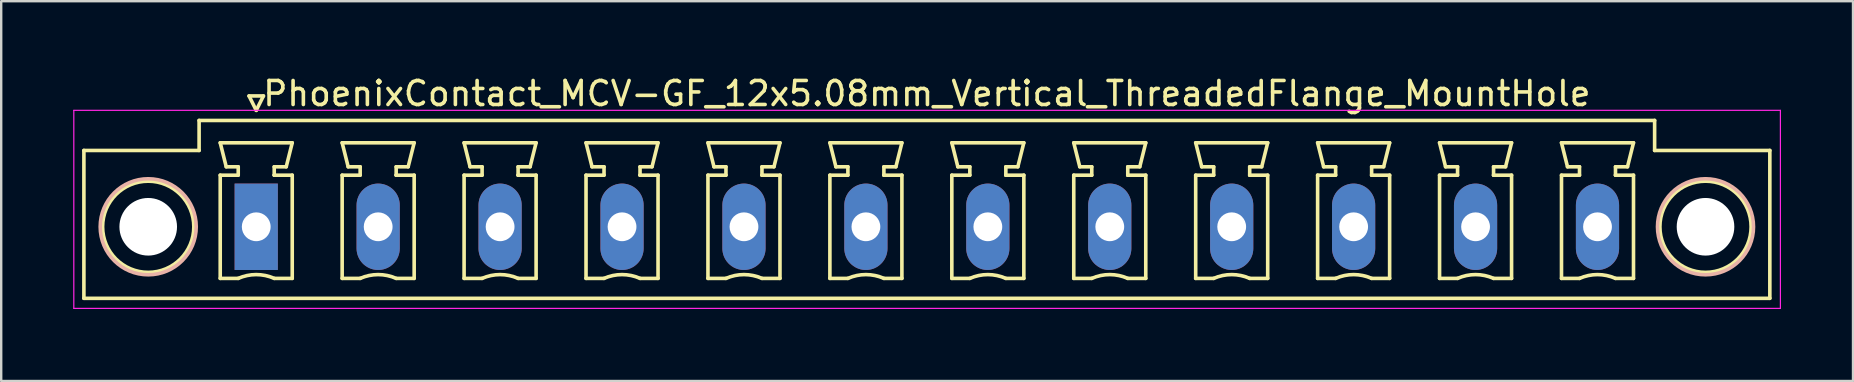
<source format=kicad_pcb>
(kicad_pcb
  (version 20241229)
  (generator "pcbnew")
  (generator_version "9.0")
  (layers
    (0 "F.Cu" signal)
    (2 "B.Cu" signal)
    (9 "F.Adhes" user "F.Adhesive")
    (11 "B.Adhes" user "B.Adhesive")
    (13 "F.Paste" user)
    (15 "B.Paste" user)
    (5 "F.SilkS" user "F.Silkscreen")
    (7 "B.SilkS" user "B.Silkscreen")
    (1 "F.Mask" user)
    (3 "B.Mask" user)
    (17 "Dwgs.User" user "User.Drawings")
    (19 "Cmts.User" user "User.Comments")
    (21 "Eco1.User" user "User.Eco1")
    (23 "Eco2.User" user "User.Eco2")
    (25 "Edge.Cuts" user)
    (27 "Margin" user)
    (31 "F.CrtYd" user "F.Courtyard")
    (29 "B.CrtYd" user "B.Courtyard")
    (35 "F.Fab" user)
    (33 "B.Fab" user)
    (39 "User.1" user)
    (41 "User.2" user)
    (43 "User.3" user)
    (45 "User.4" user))
  (footprint "PhoenixContact_MCV-GF_12x5.08mm_Vertical_ThreadedFlange_MountHole"
    (layer "F.Cu")
    (at 7.625 6.398)
    (property "Reference" "PhoenixContact_MCV-GF_12x5.08mm_Vertical_ThreadedFlange_MountHole" (at 27.94 -5.55 0) (layer "F.SilkS") (effects (font (size 1 1) (thickness 0.15))))
    (attr through_hole)
    (fp_line (start -7.18 -3.18) (end -7.18 2.98) (stroke (width 0.15) (type solid)) (layer "F.SilkS"))
    (fp_line (start -7.18 2.98) (end 63.06 2.98) (stroke (width 0.15) (type solid)) (layer "F.SilkS"))
    (fp_line (start -2.38 -4.43) (end -2.38 -3.18) (stroke (width 0.15) (type solid)) (layer "F.SilkS"))
    (fp_line (start -2.38 -3.18) (end -7.18 -3.18) (stroke (width 0.15) (type solid)) (layer "F.SilkS"))
    (fp_line (start -1.5 -3.5) (end 1.5 -3.5) (stroke (width 0.15) (type solid)) (layer "F.SilkS"))
    (fp_line (start -1.5 -2.15) (end -0.75 -2.15) (stroke (width 0.15) (type solid)) (layer "F.SilkS"))
    (fp_line (start -1.5 2.15) (end -1.5 -2.15) (stroke (width 0.15) (type solid)) (layer "F.SilkS"))
    (fp_line (start -1.25 -2.5) (end -1.5 -3.5) (stroke (width 0.15) (type solid)) (layer "F.SilkS"))
    (fp_line (start -0.75 -2.5) (end -1.25 -2.5) (stroke (width 0.15) (type solid)) (layer "F.SilkS"))
    (fp_line (start -0.75 -2.15) (end -0.75 -2.5) (stroke (width 0.15) (type solid)) (layer "F.SilkS"))
    (fp_line (start -0.75 2.15) (end -1.5 2.15) (stroke (width 0.15) (type solid)) (layer "F.SilkS"))
    (fp_line (start -0.3 -5.45) (end 0 -4.85) (stroke (width 0.15) (type solid)) (layer "F.SilkS"))
    (fp_line (start 0 -4.85) (end 0.3 -5.45) (stroke (width 0.15) (type solid)) (layer "F.SilkS"))
    (fp_line (start 0.3 -5.45) (end -0.3 -5.45) (stroke (width 0.15) (type solid)) (layer "F.SilkS"))
    (fp_line (start 0.75 -2.5) (end 0.75 -2.15) (stroke (width 0.15) (type solid)) (layer "F.SilkS"))
    (fp_line (start 0.75 -2.15) (end 0.75 -2.15) (stroke (width 0.15) (type solid)) (layer "F.SilkS"))
    (fp_line (start 0.75 -2.15) (end 1.5 -2.15) (stroke (width 0.15) (type solid)) (layer "F.SilkS"))
    (fp_line (start 1.25 -2.5) (end 0.75 -2.5) (stroke (width 0.15) (type solid)) (layer "F.SilkS"))
    (fp_line (start 1.5 -3.5) (end 1.25 -2.5) (stroke (width 0.15) (type solid)) (layer "F.SilkS"))
    (fp_line (start 1.5 -2.15) (end 1.5 2.15) (stroke (width 0.15) (type solid)) (layer "F.SilkS"))
    (fp_line (start 1.5 2.15) (end 0.75 2.15) (stroke (width 0.15) (type solid)) (layer "F.SilkS"))
    (fp_line (start 3.58 -3.5) (end 6.58 -3.5) (stroke (width 0.15) (type solid)) (layer "F.SilkS"))
    (fp_line (start 3.58 -2.15) (end 4.33 -2.15) (stroke (width 0.15) (type solid)) (layer "F.SilkS"))
    (fp_line (start 3.58 2.15) (end 3.58 -2.15) (stroke (width 0.15) (type solid)) (layer "F.SilkS"))
    (fp_line (start 3.83 -2.5) (end 3.58 -3.5) (stroke (width 0.15) (type solid)) (layer "F.SilkS"))
    (fp_line (start 4.33 -2.5) (end 3.83 -2.5) (stroke (width 0.15) (type solid)) (layer "F.SilkS"))
    (fp_line (start 4.33 -2.15) (end 4.33 -2.5) (stroke (width 0.15) (type solid)) (layer "F.SilkS"))
    (fp_line (start 4.33 2.15) (end 3.58 2.15) (stroke (width 0.15) (type solid)) (layer "F.SilkS"))
    (fp_line (start 5.83 -2.5) (end 5.83 -2.15) (stroke (width 0.15) (type solid)) (layer "F.SilkS"))
    (fp_line (start 5.83 -2.15) (end 5.83 -2.15) (stroke (width 0.15) (type solid)) (layer "F.SilkS"))
    (fp_line (start 5.83 -2.15) (end 6.58 -2.15) (stroke (width 0.15) (type solid)) (layer "F.SilkS"))
    (fp_line (start 6.33 -2.5) (end 5.83 -2.5) (stroke (width 0.15) (type solid)) (layer "F.SilkS"))
    (fp_line (start 6.58 -3.5) (end 6.33 -2.5) (stroke (width 0.15) (type solid)) (layer "F.SilkS"))
    (fp_line (start 6.58 -2.15) (end 6.58 2.15) (stroke (width 0.15) (type solid)) (layer "F.SilkS"))
    (fp_line (start 6.58 2.15) (end 5.83 2.15) (stroke (width 0.15) (type solid)) (layer "F.SilkS"))
    (fp_line (start 8.66 -3.5) (end 11.66 -3.5) (stroke (width 0.15) (type solid)) (layer "F.SilkS"))
    (fp_line (start 8.66 -2.15) (end 9.41 -2.15) (stroke (width 0.15) (type solid)) (layer "F.SilkS"))
    (fp_line (start 8.66 2.15) (end 8.66 -2.15) (stroke (width 0.15) (type solid)) (layer "F.SilkS"))
    (fp_line (start 8.91 -2.5) (end 8.66 -3.5) (stroke (width 0.15) (type solid)) (layer "F.SilkS"))
    (fp_line (start 9.41 -2.5) (end 8.91 -2.5) (stroke (width 0.15) (type solid)) (layer "F.SilkS"))
    (fp_line (start 9.41 -2.15) (end 9.41 -2.5) (stroke (width 0.15) (type solid)) (layer "F.SilkS"))
    (fp_line (start 9.41 2.15) (end 8.66 2.15) (stroke (width 0.15) (type solid)) (layer "F.SilkS"))
    (fp_line (start 10.91 -2.5) (end 10.91 -2.15) (stroke (width 0.15) (type solid)) (layer "F.SilkS"))
    (fp_line (start 10.91 -2.15) (end 10.91 -2.15) (stroke (width 0.15) (type solid)) (layer "F.SilkS"))
    (fp_line (start 10.91 -2.15) (end 11.66 -2.15) (stroke (width 0.15) (type solid)) (layer "F.SilkS"))
    (fp_line (start 11.41 -2.5) (end 10.91 -2.5) (stroke (width 0.15) (type solid)) (layer "F.SilkS"))
    (fp_line (start 11.66 -3.5) (end 11.41 -2.5) (stroke (width 0.15) (type solid)) (layer "F.SilkS"))
    (fp_line (start 11.66 -2.15) (end 11.66 2.15) (stroke (width 0.15) (type solid)) (layer "F.SilkS"))
    (fp_line (start 11.66 2.15) (end 10.91 2.15) (stroke (width 0.15) (type solid)) (layer "F.SilkS"))
    (fp_line (start 13.74 -3.5) (end 16.74 -3.5) (stroke (width 0.15) (type solid)) (layer "F.SilkS"))
    (fp_line (start 13.74 -2.15) (end 14.49 -2.15) (stroke (width 0.15) (type solid)) (layer "F.SilkS"))
    (fp_line (start 13.74 2.15) (end 13.74 -2.15) (stroke (width 0.15) (type solid)) (layer "F.SilkS"))
    (fp_line (start 13.99 -2.5) (end 13.74 -3.5) (stroke (width 0.15) (type solid)) (layer "F.SilkS"))
    (fp_line (start 14.49 -2.5) (end 13.99 -2.5) (stroke (width 0.15) (type solid)) (layer "F.SilkS"))
    (fp_line (start 14.49 -2.15) (end 14.49 -2.5) (stroke (width 0.15) (type solid)) (layer "F.SilkS"))
    (fp_line (start 14.49 2.15) (end 13.74 2.15) (stroke (width 0.15) (type solid)) (layer "F.SilkS"))
    (fp_line (start 15.99 -2.5) (end 15.99 -2.15) (stroke (width 0.15) (type solid)) (layer "F.SilkS"))
    (fp_line (start 15.99 -2.15) (end 15.99 -2.15) (stroke (width 0.15) (type solid)) (layer "F.SilkS"))
    (fp_line (start 15.99 -2.15) (end 16.74 -2.15) (stroke (width 0.15) (type solid)) (layer "F.SilkS"))
    (fp_line (start 16.49 -2.5) (end 15.99 -2.5) (stroke (width 0.15) (type solid)) (layer "F.SilkS"))
    (fp_line (start 16.74 -3.5) (end 16.49 -2.5) (stroke (width 0.15) (type solid)) (layer "F.SilkS"))
    (fp_line (start 16.74 -2.15) (end 16.74 2.15) (stroke (width 0.15) (type solid)) (layer "F.SilkS"))
    (fp_line (start 16.74 2.15) (end 15.99 2.15) (stroke (width 0.15) (type solid)) (layer "F.SilkS"))
    (fp_line (start 18.82 -3.5) (end 21.82 -3.5) (stroke (width 0.15) (type solid)) (layer "F.SilkS"))
    (fp_line (start 18.82 -2.15) (end 19.57 -2.15) (stroke (width 0.15) (type solid)) (layer "F.SilkS"))
    (fp_line (start 18.82 2.15) (end 18.82 -2.15) (stroke (width 0.15) (type solid)) (layer "F.SilkS"))
    (fp_line (start 19.07 -2.5) (end 18.82 -3.5) (stroke (width 0.15) (type solid)) (layer "F.SilkS"))
    (fp_line (start 19.57 -2.5) (end 19.07 -2.5) (stroke (width 0.15) (type solid)) (layer "F.SilkS"))
    (fp_line (start 19.57 -2.15) (end 19.57 -2.5) (stroke (width 0.15) (type solid)) (layer "F.SilkS"))
    (fp_line (start 19.57 2.15) (end 18.82 2.15) (stroke (width 0.15) (type solid)) (layer "F.SilkS"))
    (fp_line (start 21.07 -2.5) (end 21.07 -2.15) (stroke (width 0.15) (type solid)) (layer "F.SilkS"))
    (fp_line (start 21.07 -2.15) (end 21.07 -2.15) (stroke (width 0.15) (type solid)) (layer "F.SilkS"))
    (fp_line (start 21.07 -2.15) (end 21.82 -2.15) (stroke (width 0.15) (type solid)) (layer "F.SilkS"))
    (fp_line (start 21.57 -2.5) (end 21.07 -2.5) (stroke (width 0.15) (type solid)) (layer "F.SilkS"))
    (fp_line (start 21.82 -3.5) (end 21.57 -2.5) (stroke (width 0.15) (type solid)) (layer "F.SilkS"))
    (fp_line (start 21.82 -2.15) (end 21.82 2.15) (stroke (width 0.15) (type solid)) (layer "F.SilkS"))
    (fp_line (start 21.82 2.15) (end 21.07 2.15) (stroke (width 0.15) (type solid)) (layer "F.SilkS"))
    (fp_line (start 23.9 -3.5) (end 26.9 -3.5) (stroke (width 0.15) (type solid)) (layer "F.SilkS"))
    (fp_line (start 23.9 -2.15) (end 24.65 -2.15) (stroke (width 0.15) (type solid)) (layer "F.SilkS"))
    (fp_line (start 23.9 2.15) (end 23.9 -2.15) (stroke (width 0.15) (type solid)) (layer "F.SilkS"))
    (fp_line (start 24.15 -2.5) (end 23.9 -3.5) (stroke (width 0.15) (type solid)) (layer "F.SilkS"))
    (fp_line (start 24.65 -2.5) (end 24.15 -2.5) (stroke (width 0.15) (type solid)) (layer "F.SilkS"))
    (fp_line (start 24.65 -2.15) (end 24.65 -2.5) (stroke (width 0.15) (type solid)) (layer "F.SilkS"))
    (fp_line (start 24.65 2.15) (end 23.9 2.15) (stroke (width 0.15) (type solid)) (layer "F.SilkS"))
    (fp_line (start 26.15 -2.5) (end 26.15 -2.15) (stroke (width 0.15) (type solid)) (layer "F.SilkS"))
    (fp_line (start 26.15 -2.15) (end 26.15 -2.15) (stroke (width 0.15) (type solid)) (layer "F.SilkS"))
    (fp_line (start 26.15 -2.15) (end 26.9 -2.15) (stroke (width 0.15) (type solid)) (layer "F.SilkS"))
    (fp_line (start 26.65 -2.5) (end 26.15 -2.5) (stroke (width 0.15) (type solid)) (layer "F.SilkS"))
    (fp_line (start 26.9 -3.5) (end 26.65 -2.5) (stroke (width 0.15) (type solid)) (layer "F.SilkS"))
    (fp_line (start 26.9 -2.15) (end 26.9 2.15) (stroke (width 0.15) (type solid)) (layer "F.SilkS"))
    (fp_line (start 26.9 2.15) (end 26.15 2.15) (stroke (width 0.15) (type solid)) (layer "F.SilkS"))
    (fp_line (start 28.98 -3.5) (end 31.98 -3.5) (stroke (width 0.15) (type solid)) (layer "F.SilkS"))
    (fp_line (start 28.98 -2.15) (end 29.73 -2.15) (stroke (width 0.15) (type solid)) (layer "F.SilkS"))
    (fp_line (start 28.98 2.15) (end 28.98 -2.15) (stroke (width 0.15) (type solid)) (layer "F.SilkS"))
    (fp_line (start 29.23 -2.5) (end 28.98 -3.5) (stroke (width 0.15) (type solid)) (layer "F.SilkS"))
    (fp_line (start 29.73 -2.5) (end 29.23 -2.5) (stroke (width 0.15) (type solid)) (layer "F.SilkS"))
    (fp_line (start 29.73 -2.15) (end 29.73 -2.5) (stroke (width 0.15) (type solid)) (layer "F.SilkS"))
    (fp_line (start 29.73 2.15) (end 28.98 2.15) (stroke (width 0.15) (type solid)) (layer "F.SilkS"))
    (fp_line (start 31.23 -2.5) (end 31.23 -2.15) (stroke (width 0.15) (type solid)) (layer "F.SilkS"))
    (fp_line (start 31.23 -2.15) (end 31.23 -2.15) (stroke (width 0.15) (type solid)) (layer "F.SilkS"))
    (fp_line (start 31.23 -2.15) (end 31.98 -2.15) (stroke (width 0.15) (type solid)) (layer "F.SilkS"))
    (fp_line (start 31.73 -2.5) (end 31.23 -2.5) (stroke (width 0.15) (type solid)) (layer "F.SilkS"))
    (fp_line (start 31.98 -3.5) (end 31.73 -2.5) (stroke (width 0.15) (type solid)) (layer "F.SilkS"))
    (fp_line (start 31.98 -2.15) (end 31.98 2.15) (stroke (width 0.15) (type solid)) (layer "F.SilkS"))
    (fp_line (start 31.98 2.15) (end 31.23 2.15) (stroke (width 0.15) (type solid)) (layer "F.SilkS"))
    (fp_line (start 34.06 -3.5) (end 37.06 -3.5) (stroke (width 0.15) (type solid)) (layer "F.SilkS"))
    (fp_line (start 34.06 -2.15) (end 34.81 -2.15) (stroke (width 0.15) (type solid)) (layer "F.SilkS"))
    (fp_line (start 34.06 2.15) (end 34.06 -2.15) (stroke (width 0.15) (type solid)) (layer "F.SilkS"))
    (fp_line (start 34.31 -2.5) (end 34.06 -3.5) (stroke (width 0.15) (type solid)) (layer "F.SilkS"))
    (fp_line (start 34.81 -2.5) (end 34.31 -2.5) (stroke (width 0.15) (type solid)) (layer "F.SilkS"))
    (fp_line (start 34.81 -2.15) (end 34.81 -2.5) (stroke (width 0.15) (type solid)) (layer "F.SilkS"))
    (fp_line (start 34.81 2.15) (end 34.06 2.15) (stroke (width 0.15) (type solid)) (layer "F.SilkS"))
    (fp_line (start 36.31 -2.5) (end 36.31 -2.15) (stroke (width 0.15) (type solid)) (layer "F.SilkS"))
    (fp_line (start 36.31 -2.15) (end 36.31 -2.15) (stroke (width 0.15) (type solid)) (layer "F.SilkS"))
    (fp_line (start 36.31 -2.15) (end 37.06 -2.15) (stroke (width 0.15) (type solid)) (layer "F.SilkS"))
    (fp_line (start 36.81 -2.5) (end 36.31 -2.5) (stroke (width 0.15) (type solid)) (layer "F.SilkS"))
    (fp_line (start 37.06 -3.5) (end 36.81 -2.5) (stroke (width 0.15) (type solid)) (layer "F.SilkS"))
    (fp_line (start 37.06 -2.15) (end 37.06 2.15) (stroke (width 0.15) (type solid)) (layer "F.SilkS"))
    (fp_line (start 37.06 2.15) (end 36.31 2.15) (stroke (width 0.15) (type solid)) (layer "F.SilkS"))
    (fp_line (start 39.14 -3.5) (end 42.14 -3.5) (stroke (width 0.15) (type solid)) (layer "F.SilkS"))
    (fp_line (start 39.14 -2.15) (end 39.89 -2.15) (stroke (width 0.15) (type solid)) (layer "F.SilkS"))
    (fp_line (start 39.14 2.15) (end 39.14 -2.15) (stroke (width 0.15) (type solid)) (layer "F.SilkS"))
    (fp_line (start 39.39 -2.5) (end 39.14 -3.5) (stroke (width 0.15) (type solid)) (layer "F.SilkS"))
    (fp_line (start 39.89 -2.5) (end 39.39 -2.5) (stroke (width 0.15) (type solid)) (layer "F.SilkS"))
    (fp_line (start 39.89 -2.15) (end 39.89 -2.5) (stroke (width 0.15) (type solid)) (layer "F.SilkS"))
    (fp_line (start 39.89 2.15) (end 39.14 2.15) (stroke (width 0.15) (type solid)) (layer "F.SilkS"))
    (fp_line (start 41.39 -2.5) (end 41.39 -2.15) (stroke (width 0.15) (type solid)) (layer "F.SilkS"))
    (fp_line (start 41.39 -2.15) (end 41.39 -2.15) (stroke (width 0.15) (type solid)) (layer "F.SilkS"))
    (fp_line (start 41.39 -2.15) (end 42.14 -2.15) (stroke (width 0.15) (type solid)) (layer "F.SilkS"))
    (fp_line (start 41.89 -2.5) (end 41.39 -2.5) (stroke (width 0.15) (type solid)) (layer "F.SilkS"))
    (fp_line (start 42.14 -3.5) (end 41.89 -2.5) (stroke (width 0.15) (type solid)) (layer "F.SilkS"))
    (fp_line (start 42.14 -2.15) (end 42.14 2.15) (stroke (width 0.15) (type solid)) (layer "F.SilkS"))
    (fp_line (start 42.14 2.15) (end 41.39 2.15) (stroke (width 0.15) (type solid)) (layer "F.SilkS"))
    (fp_line (start 44.22 -3.5) (end 47.22 -3.5) (stroke (width 0.15) (type solid)) (layer "F.SilkS"))
    (fp_line (start 44.22 -2.15) (end 44.97 -2.15) (stroke (width 0.15) (type solid)) (layer "F.SilkS"))
    (fp_line (start 44.22 2.15) (end 44.22 -2.15) (stroke (width 0.15) (type solid)) (layer "F.SilkS"))
    (fp_line (start 44.47 -2.5) (end 44.22 -3.5) (stroke (width 0.15) (type solid)) (layer "F.SilkS"))
    (fp_line (start 44.97 -2.5) (end 44.47 -2.5) (stroke (width 0.15) (type solid)) (layer "F.SilkS"))
    (fp_line (start 44.97 -2.15) (end 44.97 -2.5) (stroke (width 0.15) (type solid)) (layer "F.SilkS"))
    (fp_line (start 44.97 2.15) (end 44.22 2.15) (stroke (width 0.15) (type solid)) (layer "F.SilkS"))
    (fp_line (start 46.47 -2.5) (end 46.47 -2.15) (stroke (width 0.15) (type solid)) (layer "F.SilkS"))
    (fp_line (start 46.47 -2.15) (end 46.47 -2.15) (stroke (width 0.15) (type solid)) (layer "F.SilkS"))
    (fp_line (start 46.47 -2.15) (end 47.22 -2.15) (stroke (width 0.15) (type solid)) (layer "F.SilkS"))
    (fp_line (start 46.97 -2.5) (end 46.47 -2.5) (stroke (width 0.15) (type solid)) (layer "F.SilkS"))
    (fp_line (start 47.22 -3.5) (end 46.97 -2.5) (stroke (width 0.15) (type solid)) (layer "F.SilkS"))
    (fp_line (start 47.22 -2.15) (end 47.22 2.15) (stroke (width 0.15) (type solid)) (layer "F.SilkS"))
    (fp_line (start 47.22 2.15) (end 46.47 2.15) (stroke (width 0.15) (type solid)) (layer "F.SilkS"))
    (fp_line (start 49.3 -3.5) (end 52.3 -3.5) (stroke (width 0.15) (type solid)) (layer "F.SilkS"))
    (fp_line (start 49.3 -2.15) (end 50.05 -2.15) (stroke (width 0.15) (type solid)) (layer "F.SilkS"))
    (fp_line (start 49.3 2.15) (end 49.3 -2.15) (stroke (width 0.15) (type solid)) (layer "F.SilkS"))
    (fp_line (start 49.55 -2.5) (end 49.3 -3.5) (stroke (width 0.15) (type solid)) (layer "F.SilkS"))
    (fp_line (start 50.05 -2.5) (end 49.55 -2.5) (stroke (width 0.15) (type solid)) (layer "F.SilkS"))
    (fp_line (start 50.05 -2.15) (end 50.05 -2.5) (stroke (width 0.15) (type solid)) (layer "F.SilkS"))
    (fp_line (start 50.05 2.15) (end 49.3 2.15) (stroke (width 0.15) (type solid)) (layer "F.SilkS"))
    (fp_line (start 51.55 -2.5) (end 51.55 -2.15) (stroke (width 0.15) (type solid)) (layer "F.SilkS"))
    (fp_line (start 51.55 -2.15) (end 51.55 -2.15) (stroke (width 0.15) (type solid)) (layer "F.SilkS"))
    (fp_line (start 51.55 -2.15) (end 52.3 -2.15) (stroke (width 0.15) (type solid)) (layer "F.SilkS"))
    (fp_line (start 52.05 -2.5) (end 51.55 -2.5) (stroke (width 0.15) (type solid)) (layer "F.SilkS"))
    (fp_line (start 52.3 -3.5) (end 52.05 -2.5) (stroke (width 0.15) (type solid)) (layer "F.SilkS"))
    (fp_line (start 52.3 -2.15) (end 52.3 2.15) (stroke (width 0.15) (type solid)) (layer "F.SilkS"))
    (fp_line (start 52.3 2.15) (end 51.55 2.15) (stroke (width 0.15) (type solid)) (layer "F.SilkS"))
    (fp_line (start 54.38 -3.5) (end 57.38 -3.5) (stroke (width 0.15) (type solid)) (layer "F.SilkS"))
    (fp_line (start 54.38 -2.15) (end 55.13 -2.15) (stroke (width 0.15) (type solid)) (layer "F.SilkS"))
    (fp_line (start 54.38 2.15) (end 54.38 -2.15) (stroke (width 0.15) (type solid)) (layer "F.SilkS"))
    (fp_line (start 54.63 -2.5) (end 54.38 -3.5) (stroke (width 0.15) (type solid)) (layer "F.SilkS"))
    (fp_line (start 55.13 -2.5) (end 54.63 -2.5) (stroke (width 0.15) (type solid)) (layer "F.SilkS"))
    (fp_line (start 55.13 -2.15) (end 55.13 -2.5) (stroke (width 0.15) (type solid)) (layer "F.SilkS"))
    (fp_line (start 55.13 2.15) (end 54.38 2.15) (stroke (width 0.15) (type solid)) (layer "F.SilkS"))
    (fp_line (start 56.63 -2.5) (end 56.63 -2.15) (stroke (width 0.15) (type solid)) (layer "F.SilkS"))
    (fp_line (start 56.63 -2.15) (end 56.63 -2.15) (stroke (width 0.15) (type solid)) (layer "F.SilkS"))
    (fp_line (start 56.63 -2.15) (end 57.38 -2.15) (stroke (width 0.15) (type solid)) (layer "F.SilkS"))
    (fp_line (start 57.13 -2.5) (end 56.63 -2.5) (stroke (width 0.15) (type solid)) (layer "F.SilkS"))
    (fp_line (start 57.38 -3.5) (end 57.13 -2.5) (stroke (width 0.15) (type solid)) (layer "F.SilkS"))
    (fp_line (start 57.38 -2.15) (end 57.38 2.15) (stroke (width 0.15) (type solid)) (layer "F.SilkS"))
    (fp_line (start 57.38 2.15) (end 56.63 2.15) (stroke (width 0.15) (type solid)) (layer "F.SilkS"))
    (fp_line (start 58.26 -4.43) (end -2.38 -4.43) (stroke (width 0.15) (type solid)) (layer "F.SilkS"))
    (fp_line (start 58.26 -3.18) (end 58.26 -4.43) (stroke (width 0.15) (type solid)) (layer "F.SilkS"))
    (fp_line (start 63.06 -3.18) (end 58.26 -3.18) (stroke (width 0.15) (type solid)) (layer "F.SilkS"))
    (fp_line (start 63.06 2.98) (end 63.06 -3.18) (stroke (width 0.15) (type solid)) (layer "F.SilkS"))
    (fp_arc (start -0.75 2.15) (mid -0.000193 1.99191) (end 0.749647 2.149844) (stroke (width 0.15) (type solid)) (layer "F.SilkS"))
    (fp_arc (start 4.33 2.15) (mid 5.079807 1.99191) (end 5.829647 2.149844) (stroke (width 0.15) (type solid)) (layer "F.SilkS"))
    (fp_arc (start 9.41 2.15) (mid 10.159807 1.99191) (end 10.909647 2.149844) (stroke (width 0.15) (type solid)) (layer "F.SilkS"))
    (fp_arc (start 14.49 2.15) (mid 15.239807 1.99191) (end 15.989647 2.149844) (stroke (width 0.15) (type solid)) (layer "F.SilkS"))
    (fp_arc (start 19.57 2.15) (mid 20.319807 1.99191) (end 21.069647 2.149844) (stroke (width 0.15) (type solid)) (layer "F.SilkS"))
    (fp_arc (start 24.65 2.15) (mid 25.399807 1.99191) (end 26.149647 2.149844) (stroke (width 0.15) (type solid)) (layer "F.SilkS"))
    (fp_arc (start 29.73 2.15) (mid 30.479807 1.99191) (end 31.229647 2.149844) (stroke (width 0.15) (type solid)) (layer "F.SilkS"))
    (fp_arc (start 34.81 2.15) (mid 35.559807 1.99191) (end 36.309647 2.149844) (stroke (width 0.15) (type solid)) (layer "F.SilkS"))
    (fp_arc (start 39.89 2.15) (mid 40.639807 1.99191) (end 41.389647 2.149844) (stroke (width 0.15) (type solid)) (layer "F.SilkS"))
    (fp_arc (start 44.97 2.15) (mid 45.719807 1.99191) (end 46.469647 2.149844) (stroke (width 0.15) (type solid)) (layer "F.SilkS"))
    (fp_arc (start 50.05 2.15) (mid 50.799807 1.99191) (end 51.549647 2.149844) (stroke (width 0.15) (type solid)) (layer "F.SilkS"))
    (fp_arc (start 55.13 2.15) (mid 55.879807 1.99191) (end 56.629647 2.149844) (stroke (width 0.15) (type solid)) (layer "F.SilkS"))
    (fp_circle (center -4.5 0) (end -2.6 0) (stroke (width 0.15) (type solid)) (fill no) (layer "F.SilkS"))
    (fp_circle (center 60.38 0) (end 62.28 0) (stroke (width 0.15) (type solid)) (fill no) (layer "F.SilkS"))
    (fp_circle (center -4.5 0) (end -2.5 0) (stroke (width 0.15) (type solid)) (fill no) (layer "B.SilkS"))
    (fp_circle (center 60.38 0) (end 62.38 0) (stroke (width 0.15) (type solid)) (fill no) (layer "B.SilkS"))
    (fp_line (start -7.6 -4.85) (end -7.6 3.4) (stroke (width 0.05) (type solid)) (layer "F.CrtYd"))
    (fp_line (start -7.6 3.4) (end 63.5 3.4) (stroke (width 0.05) (type solid)) (layer "F.CrtYd"))
    (fp_line (start 63.5 -4.85) (end -7.6 -4.85) (stroke (width 0.05) (type solid)) (layer "F.CrtYd"))
    (fp_line (start 63.5 3.4) (end 63.5 -4.85) (stroke (width 0.05) (type solid)) (layer "F.CrtYd"))
    (pad "" np_thru_hole circle (at -4.5 0) (size 2.4 2.4) (drill 2.4) (layers "*.Cu" "*.Mask"))
    (pad "" np_thru_hole circle (at 60.38 0) (size 2.4 2.4) (drill 2.4) (layers "*.Cu" "*.Mask"))
    (pad "1" thru_hole rect (at 0 0) (size 1.8 3.6) (drill 1.2) (layers "*.Cu" "*.Mask"))
    (pad "2" thru_hole oval (at 5.08 0) (size 1.8 3.6) (drill 1.2) (layers "*.Cu" "*.Mask"))
    (pad "3" thru_hole oval (at 10.16 0) (size 1.8 3.6) (drill 1.2) (layers "*.Cu" "*.Mask"))
    (pad "4" thru_hole oval (at 15.24 0) (size 1.8 3.6) (drill 1.2) (layers "*.Cu" "*.Mask"))
    (pad "5" thru_hole oval (at 20.32 0) (size 1.8 3.6) (drill 1.2) (layers "*.Cu" "*.Mask"))
    (pad "6" thru_hole oval (at 25.4 0) (size 1.8 3.6) (drill 1.2) (layers "*.Cu" "*.Mask"))
    (pad "7" thru_hole oval (at 30.48 0) (size 1.8 3.6) (drill 1.2) (layers "*.Cu" "*.Mask"))
    (pad "8" thru_hole oval (at 35.56 0) (size 1.8 3.6) (drill 1.2) (layers "*.Cu" "*.Mask"))
    (pad "9" thru_hole oval (at 40.64 0) (size 1.8 3.6) (drill 1.2) (layers "*.Cu" "*.Mask"))
    (pad "10" thru_hole oval (at 45.72 0) (size 1.8 3.6) (drill 1.2) (layers "*.Cu" "*.Mask"))
    (pad "11" thru_hole oval (at 50.8 0) (size 1.8 3.6) (drill 1.2) (layers "*.Cu" "*.Mask"))
    (pad "12" thru_hole oval (at 55.88 0) (size 1.8 3.6) (drill 1.2) (layers "*.Cu" "*.Mask")))
  (gr_rect
    (start -3 -3)
    (end 74.15 12.823)
    (stroke (width 0.1) (type default))
    (fill no)
    (layer "Edge.Cuts")))
</source>
